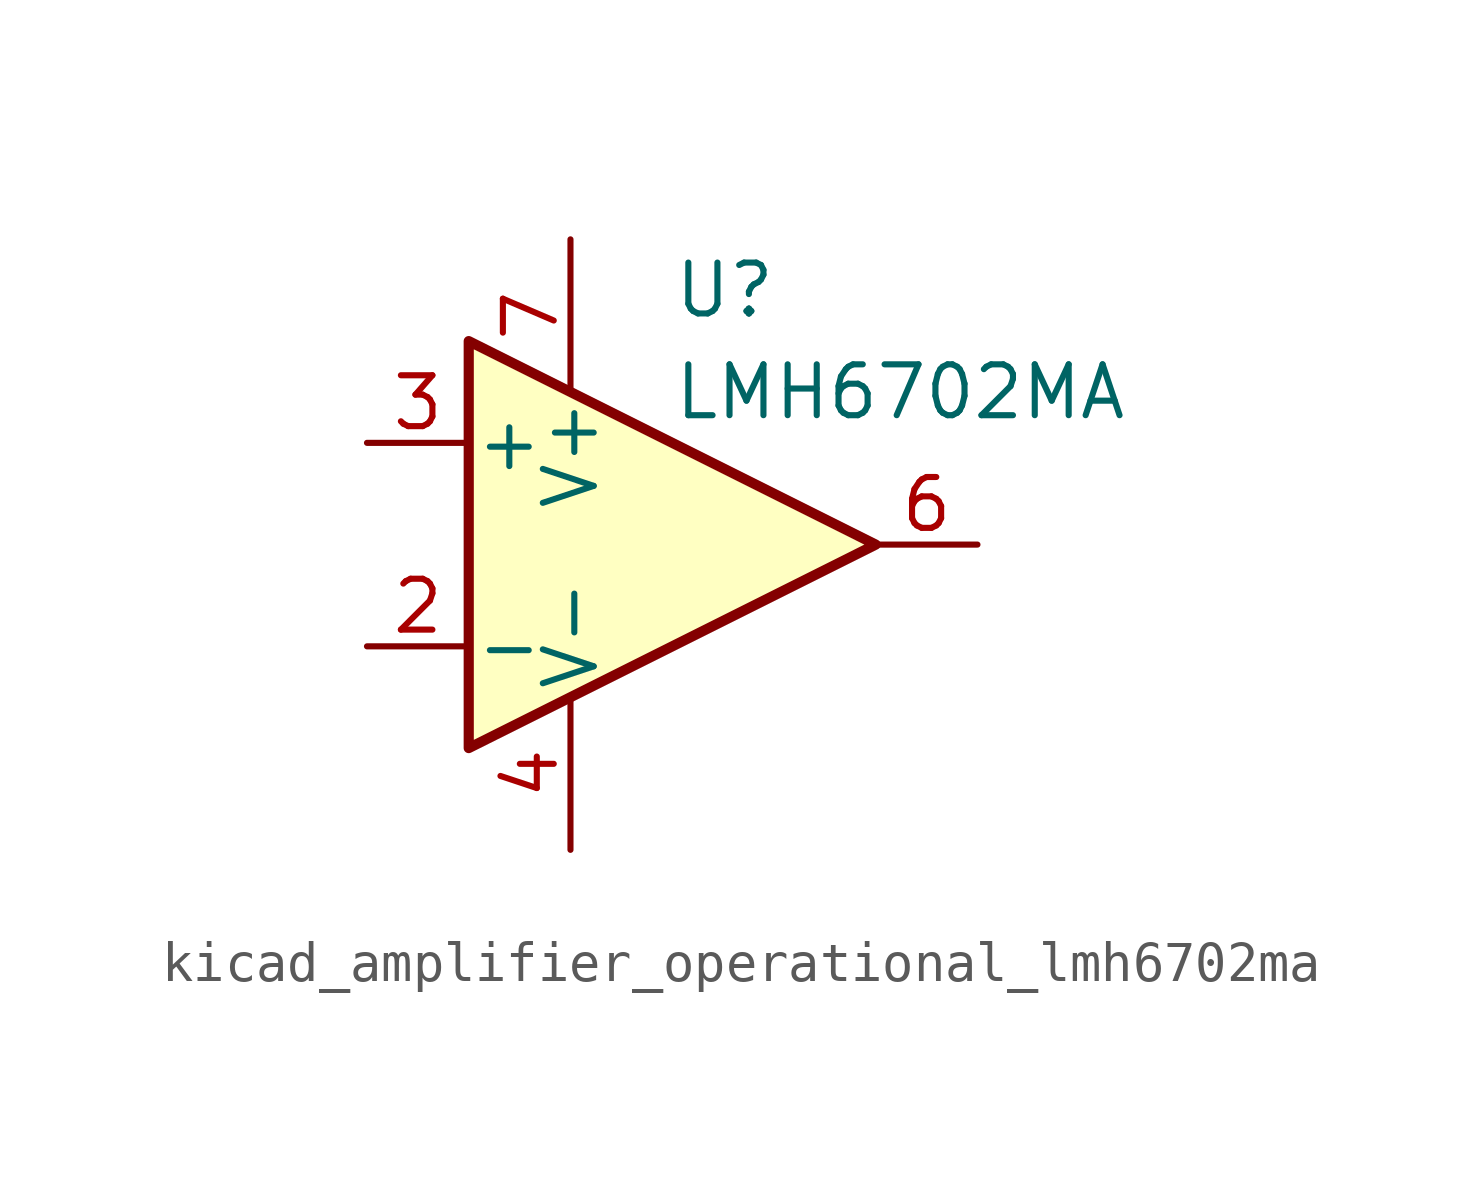
<source format=kicad_sym>
(kicad_symbol_lib
  (version 20220914)
  (generator kicad_symbol_editor)
  (symbol "kicad_amplifier_operational_lmh6702ma"
    (pin_names
      (offset 0.127))
    (property "Reference" "U"
      (at 0 6.35 0)
      (effects (font (size 1.27 1.27)) (justify left)))
    (property "Value" "LMH6702MA"
      (at 0 3.81 0)
      (effects (font (size 1.27 1.27)) (justify left)))
    (symbol "kicad_amplifier_operational_lmh6702ma_0_1"
      (polyline (pts (xy -5.08 5.08) (xy 5.08 0) (xy -5.08 -5.08) (xy -5.08 5.08)) (stroke (width 0.254) (type default)) (fill (type background))))
    (symbol "kicad_amplifier_operational_lmh6702ma_1_1"
      (pin no_connect line (at -2.54 2.54 270) (length 2.54) hide (name "NC" (effects (font (size 1.27 1.27)))) (number "1" (effects (font (size 1.27 1.27)))))
      (pin input line (at -7.62 -2.54 0) (length 2.54) (name "-" (effects (font (size 1.27 1.27)))) (number "2" (effects (font (size 1.27 1.27)))))
      (pin input line (at -7.62 2.54 0) (length 2.54) (name "+" (effects (font (size 1.27 1.27)))) (number "3" (effects (font (size 1.27 1.27)))))
      (pin power_in line (at -2.54 -7.62 90) (length 3.81) (name "V-" (effects (font (size 1.27 1.27)))) (number "4" (effects (font (size 1.27 1.27)))))
      (pin no_connect line (at 0 2.54 270) (length 2.54) hide (name "NC" (effects (font (size 1.27 1.27)))) (number "5" (effects (font (size 1.27 1.27)))))
      (pin output line (at 7.62 0 180) (length 2.54) (name "~" (effects (font (size 1.27 1.27)))) (number "6" (effects (font (size 1.27 1.27)))))
      (pin power_in line (at -2.54 7.62 270) (length 3.81) (name "V+" (effects (font (size 1.27 1.27)))) (number "7" (effects (font (size 1.27 1.27)))))
      (pin no_connect line (at 0 -2.54 90) (length 2.54) hide (name "NC" (effects (font (size 1.27 1.27)))) (number "8" (effects (font (size 1.27 1.27))))))))
</source>
